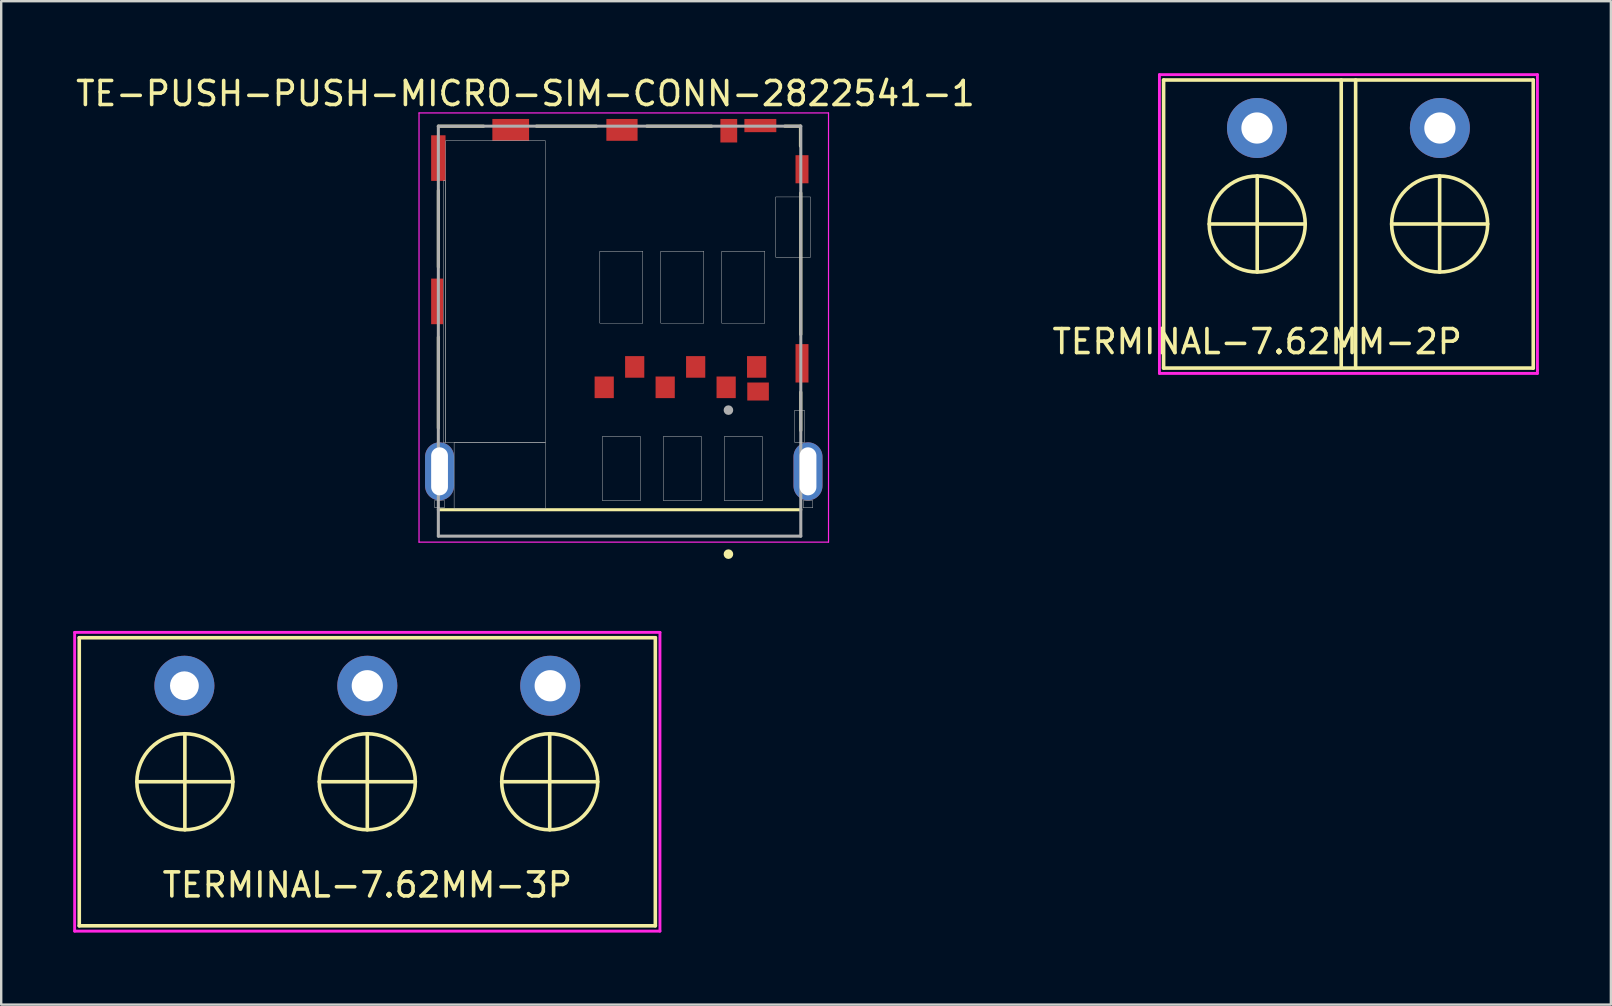
<source format=kicad_pcb>
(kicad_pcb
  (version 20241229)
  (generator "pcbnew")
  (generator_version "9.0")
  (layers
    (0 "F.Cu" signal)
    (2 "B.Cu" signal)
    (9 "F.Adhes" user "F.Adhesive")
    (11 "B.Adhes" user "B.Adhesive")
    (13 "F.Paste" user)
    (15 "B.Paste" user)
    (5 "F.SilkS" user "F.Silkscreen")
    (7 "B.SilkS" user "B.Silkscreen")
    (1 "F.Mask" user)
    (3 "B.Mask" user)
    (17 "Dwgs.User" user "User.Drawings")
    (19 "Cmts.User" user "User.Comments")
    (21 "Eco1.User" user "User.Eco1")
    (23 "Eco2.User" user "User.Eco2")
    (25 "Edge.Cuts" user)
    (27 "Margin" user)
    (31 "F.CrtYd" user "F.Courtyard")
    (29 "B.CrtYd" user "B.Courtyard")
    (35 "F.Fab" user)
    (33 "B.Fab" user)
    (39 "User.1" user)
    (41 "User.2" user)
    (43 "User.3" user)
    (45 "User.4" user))
  (footprint "TERMINAL-7.62MM-2P"
    (layer "F.Cu")
    (at 53.127 6.283)
    (property "Reference" "TERMINAL-7.62MM-2P" (at -3.8 4.9 0) (layer "F.SilkS") (effects (font (size 1 1) (thickness 0.15))))
    (attr through_hole)
    (fp_line (start -7.7 -6) (end 7.7 -6) (stroke (width 0.15) (type solid)) (layer "F.SilkS"))
    (fp_line (start -7.7 6) (end -7.7 -6) (stroke (width 0.15) (type solid)) (layer "F.SilkS"))
    (fp_line (start -5.8 0) (end -1.8 0) (stroke (width 0.15) (type solid)) (layer "F.SilkS"))
    (fp_line (start -3.8 -2) (end -3.8 2) (stroke (width 0.15) (type solid)) (layer "F.SilkS"))
    (fp_line (start -0.3 -6) (end -0.3 6) (stroke (width 0.15) (type solid)) (layer "F.SilkS"))
    (fp_line (start 0.3 6) (end 0.3 -6) (stroke (width 0.15) (type solid)) (layer "F.SilkS"))
    (fp_line (start 1.8 0) (end 5.8 0) (stroke (width 0.15) (type solid)) (layer "F.SilkS"))
    (fp_line (start 3.8 -2) (end 3.8 2) (stroke (width 0.15) (type solid)) (layer "F.SilkS"))
    (fp_line (start 7.7 -6) (end 7.7 6) (stroke (width 0.15) (type solid)) (layer "F.SilkS"))
    (fp_line (start 7.7 6) (end -7.7 6) (stroke (width 0.15) (type solid)) (layer "F.SilkS"))
    (fp_circle (center -3.8 0) (end -3.8 2) (stroke (width 0.15) (type solid)) (fill no) (layer "F.SilkS"))
    (fp_circle (center 3.8 0) (end 3.8 2) (stroke (width 0.15) (type solid)) (fill no) (layer "F.SilkS"))
    (fp_line (start -7.874 -6.223) (end 7.874 -6.223) (stroke (width 0.12) (type solid)) (layer "F.CrtYd"))
    (fp_line (start -7.874 6.223) (end -7.874 -6.223) (stroke (width 0.12) (type solid)) (layer "F.CrtYd"))
    (fp_line (start 7.874 -6.223) (end 7.874 6.096) (stroke (width 0.12) (type solid)) (layer "F.CrtYd"))
    (fp_line (start 7.874 6.096) (end 7.874 6.223) (stroke (width 0.12) (type solid)) (layer "F.CrtYd"))
    (fp_line (start 7.874 6.223) (end -7.874 6.223) (stroke (width 0.12) (type solid)) (layer "F.CrtYd"))
    (pad "1" thru_hole circle (at -3.81 -4) (size 2.5 2.5) (drill 1.3) (layers "*.Cu" "*.Mask"))
    (pad "2" thru_hole circle (at 3.81 -4) (size 2.5 2.5) (drill 1.3) (layers "*.Cu" "*.Mask")))
  (footprint "TERMINAL-7.62MM-3P"
    (layer "F.Cu")
    (at 12.252 29.519)
    (property "Reference" "TERMINAL-7.62MM-3P" (at 0 4.3 0) (layer "F.SilkS") (effects (font (size 1 1) (thickness 0.15))))
    (attr through_hole)
    (fp_line (start -12 -6) (end 12 -6) (stroke (width 0.15) (type solid)) (layer "F.SilkS"))
    (fp_line (start -12 6) (end -12 -6) (stroke (width 0.15) (type solid)) (layer "F.SilkS"))
    (fp_line (start -9.6 0) (end -5.6 0) (stroke (width 0.15) (type solid)) (layer "F.SilkS"))
    (fp_line (start -7.6 -2) (end -7.6 2) (stroke (width 0.15) (type solid)) (layer "F.SilkS"))
    (fp_line (start -2 0) (end 2 0) (stroke (width 0.15) (type solid)) (layer "F.SilkS"))
    (fp_line (start 0 -2) (end 0 2) (stroke (width 0.15) (type solid)) (layer "F.SilkS"))
    (fp_line (start 5.6 0) (end 9.6 0) (stroke (width 0.15) (type solid)) (layer "F.SilkS"))
    (fp_line (start 7.6 -2) (end 7.6 2) (stroke (width 0.15) (type solid)) (layer "F.SilkS"))
    (fp_line (start 12 -6) (end 12 6) (stroke (width 0.15) (type solid)) (layer "F.SilkS"))
    (fp_line (start 12 6) (end -12 6) (stroke (width 0.15) (type solid)) (layer "F.SilkS"))
    (fp_circle (center -7.6 0) (end -7.6 2) (stroke (width 0.15) (type solid)) (fill no) (layer "F.SilkS"))
    (fp_circle (center 0 0) (end 0 2) (stroke (width 0.15) (type solid)) (fill no) (layer "F.SilkS"))
    (fp_circle (center 7.6 0) (end 7.6 2) (stroke (width 0.15) (type solid)) (fill no) (layer "F.SilkS"))
    (fp_line (start -12.192 -6.223) (end 12.192 -6.223) (stroke (width 0.12) (type solid)) (layer "F.CrtYd"))
    (fp_line (start -12.192 6.223) (end -12.192 -6.223) (stroke (width 0.12) (type solid)) (layer "F.CrtYd"))
    (fp_line (start 12.192 -6.223) (end 12.192 6.223) (stroke (width 0.12) (type solid)) (layer "F.CrtYd"))
    (fp_line (start 12.192 6.223) (end -12.192 6.223) (stroke (width 0.12) (type solid)) (layer "F.CrtYd"))
    (pad "1" thru_hole circle (at -7.62 -4) (size 2.5 2.5) (drill 1.2) (layers "*.Cu" "*.Mask"))
    (pad "2" thru_hole circle (at 0 -4) (size 2.5 2.5) (drill 1.3) (layers "*.Cu" "*.Mask"))
    (pad "3" thru_hole circle (at 7.62 -4) (size 2.5 2.5) (drill 1.3) (layers "*.Cu" "*.Mask")))
  (footprint "TE-PUSH-PUSH-MICRO-SIM-CONN-2822541-1"
    (layer "F.Cu")
    (at 22.762 9.206)
    (property "Reference" "TE-PUSH-PUSH-MICRO-SIM-CONN-2822541-1" (at -3.922 -8.358 0) (layer "F.SilkS") (effects (font (size 1 1) (thickness 0.15))))
    (attr through_hole)
    (fp_line (start -7.55 -7) (end -5.665 -7) (stroke (width 0.127) (type solid)) (layer "F.SilkS"))
    (fp_line (start -7.55 -4.32) (end -7.55 -1.13) (stroke (width 0.127) (type solid)) (layer "F.SilkS"))
    (fp_line (start -7.55 5.58) (end -7.55 1.79) (stroke (width 0.127) (type solid)) (layer "F.SilkS"))
    (fp_line (start -7.55 8.98) (end 7.55 8.98) (stroke (width 0.127) (type solid)) (layer "F.SilkS"))
    (fp_line (start -3.465 -7) (end -0.965 -7) (stroke (width 0.127) (type solid)) (layer "F.SilkS"))
    (fp_line (start 1.135 -7) (end 3.835 -7) (stroke (width 0.127) (type solid)) (layer "F.SilkS"))
    (fp_line (start 6.885 -7) (end 7.535 -7) (stroke (width 0.127) (type solid)) (layer "F.SilkS"))
    (fp_line (start 7.535 -7) (end 7.535 -6.17) (stroke (width 0.127) (type solid)) (layer "F.SilkS"))
    (fp_line (start 7.55 -4.22) (end 7.55 1.68) (stroke (width 0.127) (type solid)) (layer "F.SilkS"))
    (fp_line (start 7.55 4.08) (end 7.55 5.68) (stroke (width 0.127) (type solid)) (layer "F.SilkS"))
    (fp_circle (center 4.535 10.83) (end 4.635 10.83) (stroke (width 0.2) (type solid)) (fill no) (layer "F.SilkS"))
    (fp_poly (pts (xy -7.7 8.59) (xy -7.3 8.59) (xy -7.3 8.9) (xy -7.7 8.9)) (stroke (width 0.01) (type solid)) (fill no) (layer "Dwgs.User"))
    (fp_poly (pts (xy -7.7 8.59) (xy -7.3 8.59) (xy -7.3 8.9) (xy -7.7 8.9)) (stroke (width 0.01) (type solid)) (fill no) (layer "Dwgs.User"))
    (fp_poly (pts (xy -7.35 -4.72) (xy -7.25 -4.72) (xy -7.25 6.18) (xy -7.35 6.18)) (stroke (width 0.01) (type solid)) (fill no) (layer "Dwgs.User"))
    (fp_poly (pts (xy -7.35 -4.72) (xy -7.25 -4.72) (xy -7.25 6.18) (xy -7.35 6.18)) (stroke (width 0.01) (type solid)) (fill no) (layer "Dwgs.User"))
    (fp_poly (pts (xy -7.25 -6.39) (xy -3.089 -6.39) (xy -3.089 6.18) (xy -7.25 6.18)) (stroke (width 0.01) (type solid)) (fill no) (layer "Dwgs.User"))
    (fp_poly (pts (xy -7.25 -6.39) (xy -3.089 -6.39) (xy -3.089 6.18) (xy -7.25 6.18)) (stroke (width 0.01) (type solid)) (fill no) (layer "Dwgs.User"))
    (fp_poly (pts (xy -6.895 6.18) (xy -3.089 6.18) (xy -3.089 8.95) (xy -6.895 8.95)) (stroke (width 0.01) (type solid)) (fill no) (layer "Dwgs.User"))
    (fp_poly (pts (xy -6.895 6.18) (xy -3.089 6.18) (xy -3.089 8.95) (xy -6.895 8.95)) (stroke (width 0.01) (type solid)) (fill no) (layer "Dwgs.User"))
    (fp_poly (pts (xy -0.82 -1.79) (xy 0.97 -1.79) (xy 0.97 1.21) (xy -0.82 1.21)) (stroke (width 0.01) (type solid)) (fill no) (layer "Dwgs.User"))
    (fp_poly (pts (xy -0.82 -1.79) (xy 0.97 -1.79) (xy 0.97 1.21) (xy -0.82 1.21)) (stroke (width 0.01) (type solid)) (fill no) (layer "Dwgs.User"))
    (fp_poly (pts (xy -0.72 5.93) (xy 0.87 5.93) (xy 0.87 8.6) (xy -0.72 8.6)) (stroke (width 0.01) (type solid)) (fill no) (layer "Dwgs.User"))
    (fp_poly (pts (xy -0.72 5.93) (xy 0.87 5.93) (xy 0.87 8.6) (xy -0.72 8.6)) (stroke (width 0.01) (type solid)) (fill no) (layer "Dwgs.User"))
    (fp_poly (pts (xy 1.72 -1.79) (xy 3.51 -1.79) (xy 3.51 1.21) (xy 1.72 1.21)) (stroke (width 0.01) (type solid)) (fill no) (layer "Dwgs.User"))
    (fp_poly (pts (xy 1.72 -1.79) (xy 3.51 -1.79) (xy 3.51 1.21) (xy 1.72 1.21)) (stroke (width 0.01) (type solid)) (fill no) (layer "Dwgs.User"))
    (fp_poly (pts (xy 1.82 5.93) (xy 3.41 5.93) (xy 3.41 8.6) (xy 1.82 8.6)) (stroke (width 0.01) (type solid)) (fill no) (layer "Dwgs.User"))
    (fp_poly (pts (xy 1.82 5.93) (xy 3.41 5.93) (xy 3.41 8.6) (xy 1.82 8.6)) (stroke (width 0.01) (type solid)) (fill no) (layer "Dwgs.User"))
    (fp_poly (pts (xy 4.26 -1.79) (xy 6.05 -1.79) (xy 6.05 1.21) (xy 4.26 1.21)) (stroke (width 0.01) (type solid)) (fill no) (layer "Dwgs.User"))
    (fp_poly (pts (xy 4.26 -1.79) (xy 6.05 -1.79) (xy 6.05 1.21) (xy 4.26 1.21)) (stroke (width 0.01) (type solid)) (fill no) (layer "Dwgs.User"))
    (fp_poly (pts (xy 4.36 5.93) (xy 5.95 5.93) (xy 5.95 8.6) (xy 4.36 8.6)) (stroke (width 0.01) (type solid)) (fill no) (layer "Dwgs.User"))
    (fp_poly (pts (xy 4.36 5.93) (xy 5.95 5.93) (xy 5.95 8.6) (xy 4.36 8.6)) (stroke (width 0.01) (type solid)) (fill no) (layer "Dwgs.User"))
    (fp_poly (pts (xy 6.505 -4.05) (xy 7.955 -4.05) (xy 7.955 -1.54) (xy 6.505 -1.54)) (stroke (width 0.01) (type solid)) (fill no) (layer "Dwgs.User"))
    (fp_poly (pts (xy 6.505 -4.05) (xy 7.955 -4.05) (xy 7.955 -1.54) (xy 6.505 -1.54)) (stroke (width 0.01) (type solid)) (fill no) (layer "Dwgs.User"))
    (fp_poly (pts (xy 7.3 4.83) (xy 7.7 4.83) (xy 7.7 6.18) (xy 7.3 6.18)) (stroke (width 0.01) (type solid)) (fill no) (layer "Dwgs.User"))
    (fp_poly (pts (xy 7.3 4.83) (xy 7.7 4.83) (xy 7.7 6.18) (xy 7.3 6.18)) (stroke (width 0.01) (type solid)) (fill no) (layer "Dwgs.User"))
    (fp_poly (pts (xy 7.65 8.6) (xy 8.05 8.6) (xy 8.05 8.9) (xy 7.65 8.9)) (stroke (width 0.01) (type solid)) (fill no) (layer "Dwgs.User"))
    (fp_poly (pts (xy 7.65 8.6) (xy 8.05 8.6) (xy 8.05 8.9) (xy 7.65 8.9)) (stroke (width 0.01) (type solid)) (fill no) (layer "Dwgs.User"))
    (fp_line (start -8.355 -7.55) (end -8.355 10.33) (stroke (width 0.05) (type solid)) (layer "F.CrtYd"))
    (fp_line (start -8.355 10.33) (end 8.705 10.33) (stroke (width 0.05) (type solid)) (layer "F.CrtYd"))
    (fp_line (start 8.705 -7.55) (end -8.355 -7.55) (stroke (width 0.05) (type solid)) (layer "F.CrtYd"))
    (fp_line (start 8.705 10.33) (end 8.705 -7.55) (stroke (width 0.05) (type solid)) (layer "F.CrtYd"))
    (fp_line (start -7.55 -7) (end -7.55 10.08) (stroke (width 0.127) (type solid)) (layer "F.Fab"))
    (fp_line (start -7.55 10.08) (end 7.55 10.08) (stroke (width 0.127) (type solid)) (layer "F.Fab"))
    (fp_line (start 7.55 -7) (end -7.55 -7) (stroke (width 0.127) (type solid)) (layer "F.Fab"))
    (fp_line (start 7.55 10.08) (end 7.55 -7) (stroke (width 0.127) (type solid)) (layer "F.Fab"))
    (fp_circle (center 4.535 4.83) (end 4.635 4.83) (stroke (width 0.2) (type solid)) (fill no) (layer "F.Fab"))
    (pad "1" smd rect (at 4.44 3.88) (size 0.8 0.9) (layers "F.Cu" "F.Mask" "F.Paste"))
    (pad "2" smd rect (at 1.9 3.88) (size 0.8 0.9) (layers "F.Cu" "F.Mask" "F.Paste"))
    (pad "3" smd rect (at -0.64 3.88) (size 0.8 0.9) (layers "F.Cu" "F.Mask" "F.Paste"))
    (pad "4" smd rect (at 5.71 3.03) (size 0.8 0.9) (layers "F.Cu" "F.Mask" "F.Paste"))
    (pad "5" smd rect (at 3.17 3.03) (size 0.8 0.9) (layers "F.Cu" "F.Mask" "F.Paste"))
    (pad "6" smd rect (at 0.63 3.03) (size 0.8 0.9) (layers "F.Cu" "F.Mask" "F.Paste"))
    (pad "7" smd rect (at 5.77 4.055) (size 0.9 0.75) (layers "F.Cu" "F.Mask" "F.Paste"))
    (pad "8" thru_hole oval (at 7.85 7.38) (size 1.208 2.416) (drill oval 0.7 2) (layers "*.Cu" "*.Mask"))
    (pad "9" smd rect (at 7.6 2.88) (size 0.54 1.6) (layers "F.Cu" "F.Mask" "F.Paste"))
    (pad "10" smd rect (at 7.6 -5.205) (size 0.54 1.17) (layers "F.Cu" "F.Mask" "F.Paste"))
    (pad "11" smd rect (at 5.865 -7.025) (size 1.33 0.55) (layers "F.Cu" "F.Mask" "F.Paste"))
    (pad "12" smd rect (at 4.55 -6.81) (size 0.7 0.98) (layers "F.Cu" "F.Mask" "F.Paste"))
    (pad "13" smd rect (at 0.1 -6.845) (size 1.3 0.91) (layers "F.Cu" "F.Mask" "F.Paste"))
    (pad "14" smd rect (at -4.535 -6.845) (size 1.53 0.91) (layers "F.Cu" "F.Mask" "F.Paste"))
    (pad "15" smd rect (at -7.55 -5.67) (size 0.6 1.9) (layers "F.Cu" "F.Mask" "F.Paste"))
    (pad "16" smd rect (at -7.6 0.3) (size 0.5 1.9) (layers "F.Cu" "F.Mask" "F.Paste"))
    (pad "17" thru_hole oval (at -7.5 7.38) (size 1.208 2.416) (drill oval 0.7 2) (layers "*.Cu" "*.Mask")))
  (gr_rect
    (start -3 -3)
    (end 64.061 38.802)
    (stroke (width 0.1) (type default))
    (fill no)
    (layer "Edge.Cuts")))
</source>
